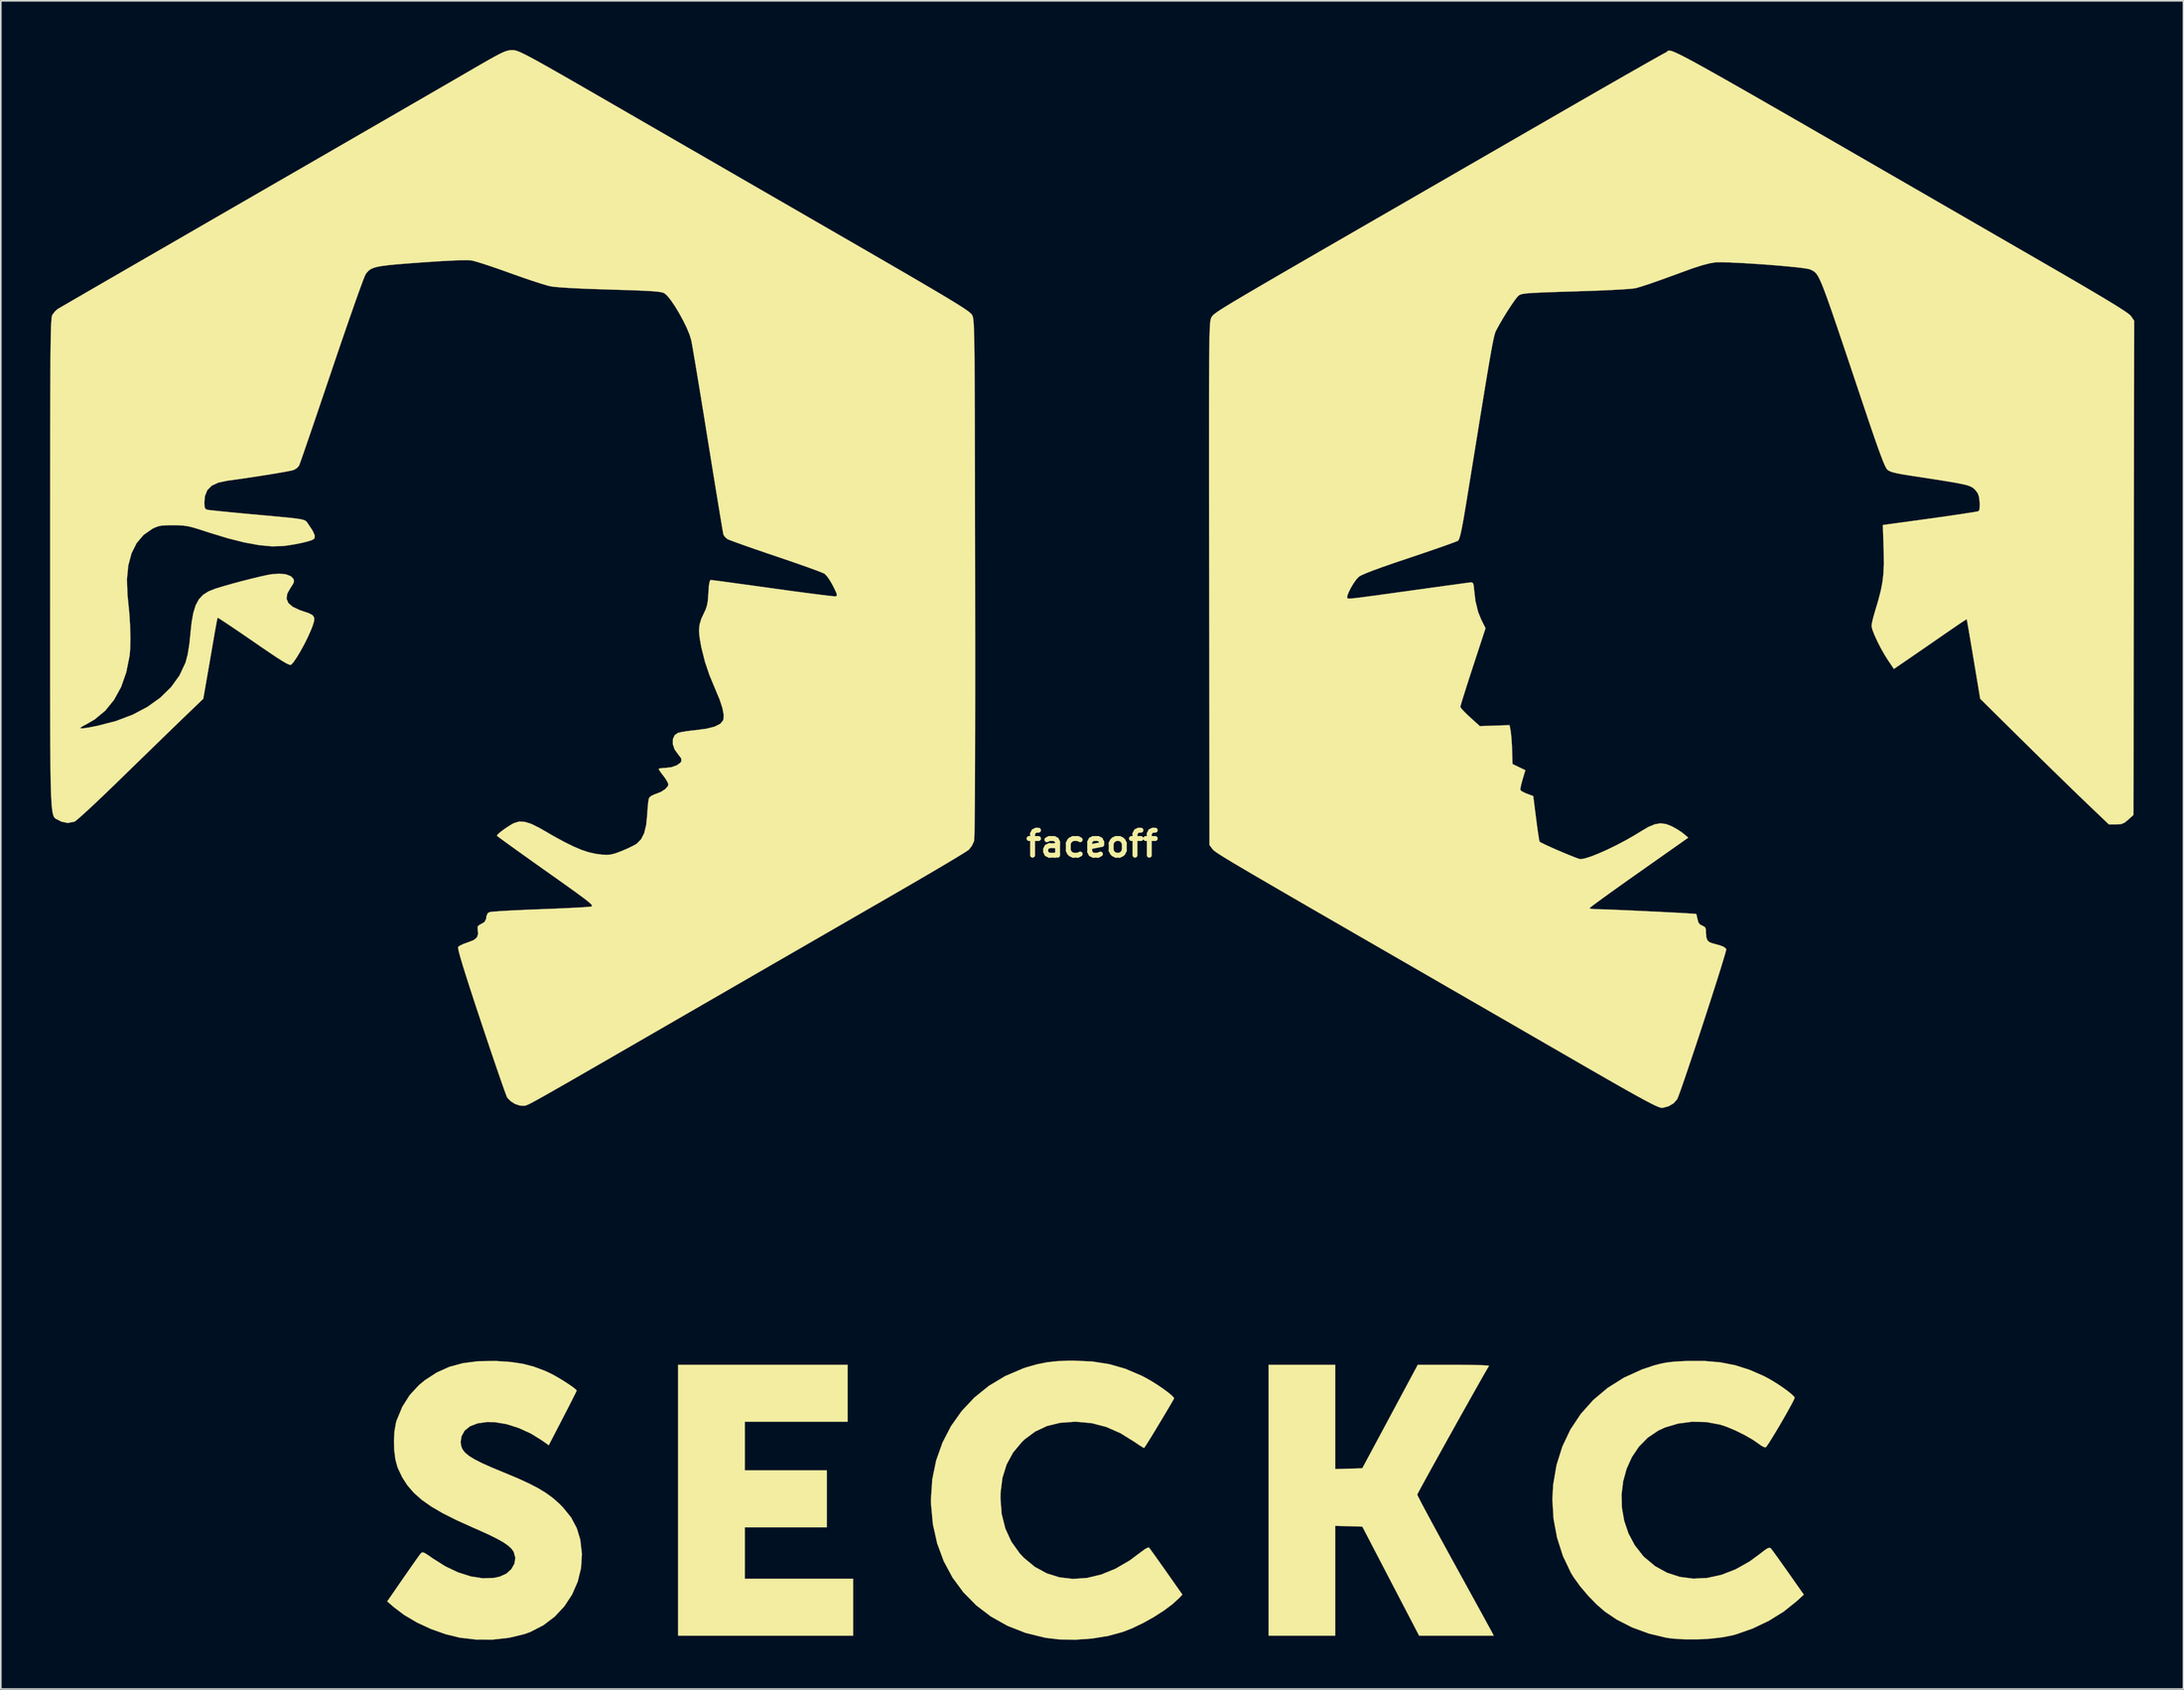
<source format=kicad_pcb>
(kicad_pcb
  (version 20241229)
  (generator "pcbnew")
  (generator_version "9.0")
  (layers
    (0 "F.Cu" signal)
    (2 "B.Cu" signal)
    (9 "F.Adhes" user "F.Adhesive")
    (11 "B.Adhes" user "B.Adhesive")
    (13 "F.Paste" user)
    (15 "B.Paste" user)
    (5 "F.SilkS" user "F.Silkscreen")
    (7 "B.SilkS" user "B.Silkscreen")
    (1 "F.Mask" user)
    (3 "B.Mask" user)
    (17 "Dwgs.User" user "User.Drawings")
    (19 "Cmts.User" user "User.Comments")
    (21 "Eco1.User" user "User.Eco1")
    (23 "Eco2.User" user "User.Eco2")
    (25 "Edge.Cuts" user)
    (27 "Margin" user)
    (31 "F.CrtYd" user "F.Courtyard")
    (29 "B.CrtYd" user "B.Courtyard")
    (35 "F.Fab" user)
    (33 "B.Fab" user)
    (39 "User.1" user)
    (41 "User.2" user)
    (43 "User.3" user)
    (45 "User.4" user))
  (footprint "faceoff"
    (layer "F.Cu")
    (at 63.506 48.388)
    (property "Reference" "faceoff" (at 0 0 0) (layer "F.SilkS") (effects (font (size 1.524 1.524) (thickness 0.3))))
    (attr through_hole)
    (fp_poly (pts (xy -14.901 35.221) (xy -21.167 35.221) (xy -21.167 38.185) (xy -16.171 38.185) (xy -16.171 41.656) (xy -21.167 41.656) (xy -21.167 44.789) (xy -14.563 44.789) (xy -14.563 48.26) (xy -25.231 48.26) (xy -25.231 31.75) (xy -14.901 31.75) (xy -14.901 35.221)) (stroke (width 0.01) (type solid)) (fill yes) (layer "F.SilkS"))
    (fp_poly (pts (xy 14.817 38.106) (xy 15.64 38.082) (xy 16.464 38.058) (xy 18.155 34.904) (xy 19.846 31.75) (xy 22.035 31.75) (xy 22.622 31.752) (xy 23.146 31.759) (xy 23.586 31.769) (xy 23.92 31.782) (xy 24.127 31.798) (xy 24.186 31.814) (xy 24.065 32.02) (xy 23.879 32.341) (xy 23.64 32.761) (xy 23.356 33.263) (xy 23.037 33.831) (xy 22.691 34.447) (xy 22.328 35.095) (xy 21.958 35.758) (xy 21.589 36.42) (xy 21.232 37.064) (xy 20.894 37.673) (xy 20.586 38.23) (xy 20.317 38.72) (xy 20.096 39.124) (xy 19.932 39.427) (xy 19.835 39.612) (xy 19.812 39.663) (xy 19.852 39.754) (xy 19.966 39.98) (xy 20.147 40.326) (xy 20.388 40.778) (xy 20.681 41.323) (xy 21.019 41.946) (xy 21.394 42.634) (xy 21.798 43.372) (xy 22.022 43.779) (xy 22.443 44.545) (xy 22.842 45.27) (xy 23.211 45.943) (xy 23.543 46.546) (xy 23.829 47.067) (xy 24.06 47.491) (xy 24.231 47.802) (xy 24.331 47.987) (xy 24.352 48.027) (xy 24.473 48.26) (xy 19.928 48.26) (xy 18.197 44.937) (xy 16.467 41.614) (xy 14.817 41.565) (xy 14.817 48.26) (xy 10.753 48.26) (xy 10.753 31.75) (xy 14.817 31.75) (xy 14.817 38.106)) (stroke (width 0.01) (type solid)) (fill yes) (layer "F.SilkS"))
    (fp_poly (pts (xy 0.005 31.548) (xy 1.046 31.711) (xy 2.031 31.995) (xy 2.999 32.409) (xy 3.272 32.549) (xy 3.615 32.744) (xy 3.975 32.97) (xy 4.32 33.205) (xy 4.622 33.428) (xy 4.852 33.617) (xy 4.979 33.752) (xy 4.995 33.791) (xy 4.954 33.874) (xy 4.839 34.075) (xy 4.668 34.367) (xy 4.456 34.724) (xy 4.219 35.12) (xy 3.973 35.528) (xy 3.735 35.921) (xy 3.519 36.273) (xy 3.342 36.558) (xy 3.219 36.749) (xy 3.171 36.817) (xy 3.095 36.786) (xy 2.917 36.677) (xy 2.672 36.511) (xy 2.609 36.467) (xy 1.731 35.921) (xy 0.855 35.536) (xy -0.039 35.305) (xy -0.97 35.222) (xy -1.054 35.221) (xy -1.953 35.286) (xy -2.753 35.482) (xy -3.468 35.816) (xy -4.11 36.292) (xy -4.284 36.457) (xy -4.82 37.101) (xy -5.213 37.826) (xy -5.466 38.639) (xy -5.58 39.546) (xy -5.588 39.878) (xy -5.514 40.843) (xy -5.291 41.729) (xy -4.922 42.533) (xy -4.408 43.252) (xy -4.156 43.52) (xy -3.49 44.068) (xy -2.763 44.463) (xy -1.984 44.707) (xy -1.165 44.801) (xy -0.317 44.743) (xy 0.549 44.536) (xy 1.422 44.18) (xy 2.291 43.675) (xy 2.989 43.153) (xy 3.221 42.983) (xy 3.394 42.893) (xy 3.468 42.893) (xy 3.537 42.983) (xy 3.687 43.189) (xy 3.902 43.489) (xy 4.167 43.862) (xy 4.465 44.284) (xy 4.52 44.362) (xy 5.499 45.756) (xy 5.311 45.958) (xy 4.901 46.335) (xy 4.369 46.733) (xy 3.752 47.128) (xy 3.092 47.496) (xy 2.428 47.813) (xy 1.858 48.035) (xy 0.97 48.276) (xy -0.01 48.435) (xy -1.025 48.507) (xy -2.014 48.489) (xy -2.859 48.387) (xy -4.057 48.091) (xy -5.162 47.657) (xy -6.166 47.094) (xy -7.063 46.411) (xy -7.846 45.615) (xy -8.508 44.715) (xy -9.043 43.718) (xy -9.444 42.633) (xy -9.704 41.467) (xy -9.817 40.23) (xy -9.821 39.925) (xy -9.741 38.728) (xy -9.505 37.582) (xy -9.123 36.5) (xy -8.602 35.492) (xy -7.95 34.571) (xy -7.177 33.747) (xy -6.289 33.031) (xy -5.296 32.436) (xy -4.206 31.971) (xy -3.951 31.887) (xy -3.339 31.715) (xy -2.756 31.598) (xy -2.144 31.529) (xy -1.446 31.499) (xy -1.133 31.497) (xy 0.005 31.548)) (stroke (width 0.01) (type solid)) (fill yes) (layer "F.SilkS"))
    (fp_poly (pts (xy 38.298 31.602) (xy 39.201 31.78) (xy 40.077 32.061) (xy 40.936 32.436) (xy 41.283 32.621) (xy 41.657 32.845) (xy 42.025 33.088) (xy 42.357 33.326) (xy 42.621 33.537) (xy 42.783 33.698) (xy 42.814 33.749) (xy 42.783 33.843) (xy 42.678 34.055) (xy 42.516 34.356) (xy 42.312 34.722) (xy 42.082 35.124) (xy 41.842 35.536) (xy 41.606 35.93) (xy 41.391 36.281) (xy 41.213 36.561) (xy 41.086 36.743) (xy 41.057 36.778) (xy 40.958 36.773) (xy 40.78 36.678) (xy 40.653 36.587) (xy 40.249 36.308) (xy 39.741 36.018) (xy 39.188 35.745) (xy 38.65 35.521) (xy 38.271 35.396) (xy 37.432 35.241) (xy 36.566 35.22) (xy 35.713 35.331) (xy 34.916 35.568) (xy 34.504 35.758) (xy 33.861 36.19) (xy 33.324 36.736) (xy 32.893 37.376) (xy 32.571 38.088) (xy 32.361 38.854) (xy 32.265 39.651) (xy 32.285 40.459) (xy 32.424 41.258) (xy 32.683 42.027) (xy 33.065 42.745) (xy 33.572 43.393) (xy 33.653 43.477) (xy 34.311 44.026) (xy 35.037 44.426) (xy 35.817 44.679) (xy 36.638 44.784) (xy 37.487 44.742) (xy 38.35 44.553) (xy 39.214 44.218) (xy 40.066 43.737) (xy 40.673 43.293) (xy 40.962 43.068) (xy 41.152 42.941) (xy 41.272 42.9) (xy 41.35 42.929) (xy 41.361 42.939) (xy 41.441 43.042) (xy 41.602 43.26) (xy 41.825 43.569) (xy 42.095 43.948) (xy 42.394 44.371) (xy 42.419 44.406) (xy 43.369 45.759) (xy 42.926 46.166) (xy 42.141 46.794) (xy 41.236 47.355) (xy 40.255 47.824) (xy 39.244 48.179) (xy 39.055 48.231) (xy 38.423 48.357) (xy 37.683 48.443) (xy 36.892 48.487) (xy 36.107 48.487) (xy 35.384 48.439) (xy 34.983 48.384) (xy 33.928 48.131) (xy 32.91 47.757) (xy 31.969 47.278) (xy 31.255 46.797) (xy 30.755 46.364) (xy 30.239 45.836) (xy 29.755 45.265) (xy 29.347 44.702) (xy 29.18 44.43) (xy 28.691 43.402) (xy 28.335 42.292) (xy 28.119 41.132) (xy 28.048 39.952) (xy 28.096 39.066) (xy 28.301 37.863) (xy 28.654 36.737) (xy 29.149 35.695) (xy 29.779 34.747) (xy 30.537 33.898) (xy 31.417 33.158) (xy 32.413 32.532) (xy 33.519 32.03) (xy 34.248 31.786) (xy 34.622 31.687) (xy 34.984 31.616) (xy 35.385 31.567) (xy 35.873 31.534) (xy 36.249 31.518) (xy 37.328 31.517) (xy 38.298 31.602)) (stroke (width 0.01) (type solid)) (fill yes) (layer "F.SilkS"))
    (fp_poly (pts (xy -36.28 31.521) (xy -35.441 31.577) (xy -34.716 31.685) (xy -34.05 31.855) (xy -33.391 32.1) (xy -33.121 32.22) (xy -32.843 32.361) (xy -32.522 32.542) (xy -32.19 32.744) (xy -31.881 32.945) (xy -31.626 33.124) (xy -31.46 33.258) (xy -31.411 33.322) (xy -31.449 33.406) (xy -31.553 33.617) (xy -31.713 33.935) (xy -31.917 34.336) (xy -32.155 34.798) (xy -32.263 35.007) (xy -33.115 36.653) (xy -33.518 36.364) (xy -34.198 35.942) (xy -34.932 35.606) (xy -35.677 35.369) (xy -36.393 35.247) (xy -36.865 35.236) (xy -37.453 35.32) (xy -37.915 35.498) (xy -38.244 35.765) (xy -38.434 36.116) (xy -38.481 36.45) (xy -38.457 36.684) (xy -38.374 36.898) (xy -38.219 37.101) (xy -37.976 37.304) (xy -37.63 37.517) (xy -37.168 37.751) (xy -36.573 38.016) (xy -35.841 38.319) (xy -35.018 38.663) (xy -34.334 38.975) (xy -33.763 39.271) (xy -33.28 39.566) (xy -32.861 39.873) (xy -32.48 40.209) (xy -32.247 40.444) (xy -31.75 41.059) (xy -31.403 41.715) (xy -31.195 42.407) (xy -31.092 43.282) (xy -31.148 44.143) (xy -31.352 44.973) (xy -31.694 45.754) (xy -32.163 46.468) (xy -32.748 47.097) (xy -33.44 47.623) (xy -34.227 48.029) (xy -34.603 48.166) (xy -35.527 48.388) (xy -36.529 48.499) (xy -37.557 48.497) (xy -38.534 48.382) (xy -39.403 48.17) (xy -40.287 47.856) (xy -41.14 47.46) (xy -41.915 47.005) (xy -42.539 46.534) (xy -42.957 46.171) (xy -41.998 44.781) (xy -41.696 44.347) (xy -41.421 43.953) (xy -41.19 43.625) (xy -41.018 43.385) (xy -40.923 43.258) (xy -40.918 43.251) (xy -40.849 43.193) (xy -40.76 43.189) (xy -40.622 43.252) (xy -40.402 43.397) (xy -40.188 43.548) (xy -39.415 44.036) (xy -38.635 44.405) (xy -37.868 44.649) (xy -37.134 44.763) (xy -36.455 44.74) (xy -36.09 44.66) (xy -35.691 44.475) (xy -35.391 44.203) (xy -35.205 43.873) (xy -35.15 43.517) (xy -35.244 43.164) (xy -35.254 43.144) (xy -35.385 42.958) (xy -35.587 42.771) (xy -35.875 42.571) (xy -36.267 42.35) (xy -36.779 42.097) (xy -37.427 41.804) (xy -37.747 41.665) (xy -38.735 41.219) (xy -39.573 40.797) (xy -40.276 40.387) (xy -40.86 39.975) (xy -41.338 39.549) (xy -41.727 39.098) (xy -42.042 38.61) (xy -42.298 38.071) (xy -42.337 37.973) (xy -42.458 37.522) (xy -42.529 36.969) (xy -42.548 36.372) (xy -42.514 35.791) (xy -42.426 35.285) (xy -42.383 35.137) (xy -42.036 34.307) (xy -41.59 33.6) (xy -41.028 32.992) (xy -40.649 32.679) (xy -39.938 32.219) (xy -39.18 31.878) (xy -38.351 31.652) (xy -37.431 31.533) (xy -36.395 31.517) (xy -36.28 31.521)) (stroke (width 0.01) (type solid)) (fill yes) (layer "F.SilkS"))
    (fp_poly (pts (xy 35.206 -48.352) (xy 35.282 -48.336) (xy 35.381 -48.304) (xy 35.51 -48.251) (xy 35.674 -48.177) (xy 35.877 -48.079) (xy 36.124 -47.952) (xy 36.42 -47.796) (xy 36.771 -47.607) (xy 37.18 -47.381) (xy 37.653 -47.118) (xy 38.196 -46.813) (xy 38.812 -46.464) (xy 39.507 -46.069) (xy 40.286 -45.624) (xy 41.153 -45.126) (xy 42.114 -44.574) (xy 43.174 -43.965) (xy 44.337 -43.294) (xy 45.609 -42.561) (xy 46.993 -41.762) (xy 48.496 -40.894) (xy 50.123 -39.955) (xy 51.877 -38.941) (xy 53.765 -37.851) (xy 55.79 -36.681) (xy 57.446 -35.724) (xy 58.553 -35.084) (xy 59.521 -34.522) (xy 60.357 -34.034) (xy 61.07 -33.614) (xy 61.669 -33.258) (xy 62.161 -32.961) (xy 62.554 -32.717) (xy 62.856 -32.522) (xy 63.077 -32.371) (xy 63.223 -32.259) (xy 63.303 -32.181) (xy 63.31 -32.17) (xy 63.501 -31.892) (xy 63.48 -16.829) (xy 63.458 -1.765) (xy 63.141 -1.475) (xy 62.916 -1.293) (xy 62.71 -1.208) (xy 62.434 -1.185) (xy 62.395 -1.185) (xy 61.965 -1.185) (xy 60.552 -2.534) (xy 60.165 -2.907) (xy 59.68 -3.376) (xy 59.124 -3.918) (xy 58.518 -4.509) (xy 57.887 -5.127) (xy 57.255 -5.749) (xy 56.646 -6.351) (xy 56.63 -6.365) (xy 54.121 -8.848) (xy 53.718 -11.261) (xy 53.615 -11.877) (xy 53.52 -12.437) (xy 53.438 -12.919) (xy 53.372 -13.303) (xy 53.325 -13.566) (xy 53.302 -13.688) (xy 53.3 -13.694) (xy 53.229 -13.656) (xy 53.044 -13.537) (xy 52.77 -13.354) (xy 52.432 -13.123) (xy 52.275 -13.015) (xy 51.831 -12.708) (xy 51.305 -12.344) (xy 50.751 -11.962) (xy 50.228 -11.602) (xy 50.064 -11.489) (xy 48.861 -10.664) (xy 48.516 -11.174) (xy 48.288 -11.535) (xy 48.06 -11.939) (xy 47.85 -12.352) (xy 47.675 -12.735) (xy 47.552 -13.053) (xy 47.5 -13.268) (xy 47.499 -13.288) (xy 47.525 -13.471) (xy 47.591 -13.758) (xy 47.684 -14.093) (xy 47.703 -14.156) (xy 47.911 -14.854) (xy 48.063 -15.444) (xy 48.165 -15.975) (xy 48.225 -16.495) (xy 48.248 -17.055) (xy 48.243 -17.702) (xy 48.236 -17.952) (xy 48.187 -19.437) (xy 51.063 -19.833) (xy 51.744 -19.928) (xy 52.372 -20.018) (xy 52.929 -20.1) (xy 53.392 -20.172) (xy 53.744 -20.228) (xy 53.964 -20.268) (xy 54.03 -20.286) (xy 54.078 -20.402) (xy 54.093 -20.651) (xy 54.085 -20.843) (xy 54.047 -21.158) (xy 53.973 -21.372) (xy 53.836 -21.555) (xy 53.79 -21.602) (xy 53.712 -21.674) (xy 53.622 -21.738) (xy 53.505 -21.796) (xy 53.345 -21.852) (xy 53.125 -21.909) (xy 52.829 -21.971) (xy 52.442 -22.042) (xy 51.947 -22.124) (xy 51.328 -22.222) (xy 50.57 -22.339) (xy 49.924 -22.437) (xy 49.397 -22.522) (xy 49.012 -22.596) (xy 48.743 -22.666) (xy 48.564 -22.739) (xy 48.464 -22.808) (xy 48.402 -22.888) (xy 48.321 -23.044) (xy 48.216 -23.285) (xy 48.084 -23.622) (xy 47.92 -24.068) (xy 47.72 -24.633) (xy 47.48 -25.329) (xy 47.196 -26.167) (xy 46.956 -26.882) (xy 46.522 -28.177) (xy 46.139 -29.321) (xy 45.802 -30.325) (xy 45.508 -31.196) (xy 45.253 -31.946) (xy 45.033 -32.585) (xy 44.844 -33.12) (xy 44.683 -33.563) (xy 44.546 -33.923) (xy 44.429 -34.209) (xy 44.327 -34.432) (xy 44.238 -34.601) (xy 44.158 -34.725) (xy 44.083 -34.815) (xy 44.008 -34.879) (xy 43.931 -34.929) (xy 43.847 -34.972) (xy 43.766 -35.013) (xy 43.617 -35.052) (xy 43.323 -35.098) (xy 42.911 -35.147) (xy 42.406 -35.198) (xy 41.834 -35.249) (xy 41.221 -35.299) (xy 40.59 -35.344) (xy 39.969 -35.384) (xy 39.383 -35.417) (xy 38.856 -35.44) (xy 38.415 -35.452) (xy 38.085 -35.451) (xy 37.964 -35.444) (xy 37.628 -35.387) (xy 37.176 -35.269) (xy 36.644 -35.099) (xy 36.313 -34.981) (xy 35.482 -34.677) (xy 34.795 -34.428) (xy 34.238 -34.23) (xy 33.796 -34.079) (xy 33.455 -33.969) (xy 33.201 -33.895) (xy 33.105 -33.87) (xy 32.926 -33.845) (xy 32.602 -33.818) (xy 32.158 -33.789) (xy 31.617 -33.76) (xy 31.003 -33.732) (xy 30.342 -33.707) (xy 30.057 -33.698) (xy 29.152 -33.67) (xy 28.401 -33.646) (xy 27.788 -33.624) (xy 27.298 -33.605) (xy 26.916 -33.586) (xy 26.625 -33.567) (xy 26.411 -33.548) (xy 26.258 -33.525) (xy 26.15 -33.5) (xy 26.072 -33.471) (xy 26.009 -33.436) (xy 26.008 -33.436) (xy 25.896 -33.322) (xy 25.722 -33.092) (xy 25.504 -32.776) (xy 25.264 -32.405) (xy 25.022 -32.01) (xy 24.797 -31.623) (xy 24.609 -31.274) (xy 24.608 -31.271) (xy 24.572 -31.187) (xy 24.533 -31.063) (xy 24.489 -30.889) (xy 24.437 -30.651) (xy 24.375 -30.338) (xy 24.302 -29.937) (xy 24.214 -29.436) (xy 24.109 -28.822) (xy 23.986 -28.085) (xy 23.843 -27.21) (xy 23.676 -26.187) (xy 23.582 -25.612) (xy 23.455 -24.826) (xy 23.311 -23.937) (xy 23.16 -23.007) (xy 23.012 -22.095) (xy 22.876 -21.262) (xy 22.82 -20.913) (xy 22.698 -20.18) (xy 22.597 -19.599) (xy 22.512 -19.157) (xy 22.441 -18.838) (xy 22.38 -18.628) (xy 22.326 -18.511) (xy 22.3 -18.482) (xy 22.189 -18.432) (xy 21.936 -18.336) (xy 21.561 -18.2) (xy 21.084 -18.032) (xy 20.523 -17.839) (xy 19.898 -17.626) (xy 19.331 -17.436) (xy 18.432 -17.133) (xy 17.691 -16.875) (xy 17.106 -16.662) (xy 16.671 -16.491) (xy 16.384 -16.361) (xy 16.248 -16.279) (xy 16.092 -16.109) (xy 15.921 -15.866) (xy 15.759 -15.592) (xy 15.628 -15.327) (xy 15.549 -15.113) (xy 15.546 -14.991) (xy 15.551 -14.985) (xy 15.569 -14.969) (xy 15.596 -14.957) (xy 15.645 -14.951) (xy 15.73 -14.953) (xy 15.865 -14.964) (xy 16.064 -14.985) (xy 16.341 -15.019) (xy 16.709 -15.067) (xy 17.183 -15.131) (xy 17.777 -15.212) (xy 18.503 -15.313) (xy 19.377 -15.434) (xy 19.854 -15.5) (xy 20.559 -15.598) (xy 21.216 -15.688) (xy 21.804 -15.769) (xy 22.304 -15.838) (xy 22.695 -15.891) (xy 22.959 -15.927) (xy 23.072 -15.941) (xy 23.184 -15.925) (xy 23.241 -15.816) (xy 23.264 -15.621) (xy 23.357 -14.816) (xy 23.522 -14.141) (xy 23.707 -13.685) (xy 23.974 -13.144) (xy 23.205 -10.796) (xy 23.009 -10.195) (xy 22.832 -9.643) (xy 22.68 -9.164) (xy 22.559 -8.776) (xy 22.477 -8.502) (xy 22.439 -8.363) (xy 22.437 -8.352) (xy 22.497 -8.256) (xy 22.657 -8.08) (xy 22.888 -7.852) (xy 23.034 -7.717) (xy 23.63 -7.178) (xy 24.534 -7.209) (xy 25.439 -7.239) (xy 25.503 -6.9) (xy 25.534 -6.666) (xy 25.563 -6.32) (xy 25.586 -5.92) (xy 25.594 -5.715) (xy 25.62 -4.868) (xy 26.011 -4.68) (xy 26.401 -4.491) (xy 26.234 -3.934) (xy 26.154 -3.641) (xy 26.104 -3.408) (xy 26.097 -3.286) (xy 26.188 -3.205) (xy 26.386 -3.104) (xy 26.504 -3.056) (xy 26.882 -2.917) (xy 27.056 -1.545) (xy 27.117 -1.083) (xy 27.173 -0.682) (xy 27.22 -0.372) (xy 27.255 -0.182) (xy 27.268 -0.136) (xy 27.38 -0.068) (xy 27.614 0.047) (xy 27.935 0.194) (xy 28.309 0.359) (xy 28.701 0.527) (xy 29.077 0.683) (xy 29.402 0.813) (xy 29.641 0.9) (xy 29.759 0.931) (xy 30.02 0.889) (xy 30.398 0.769) (xy 30.865 0.586) (xy 31.393 0.351) (xy 31.955 0.077) (xy 32.524 -0.223) (xy 33.072 -0.537) (xy 33.413 -0.747) (xy 33.893 -1.03) (xy 34.291 -1.197) (xy 34.64 -1.255) (xy 34.977 -1.21) (xy 35.325 -1.073) (xy 35.631 -0.904) (xy 35.922 -0.716) (xy 36.05 -0.617) (xy 36.329 -0.381) (xy 33.323 1.736) (xy 32.692 2.181) (xy 32.106 2.598) (xy 31.579 2.975) (xy 31.125 3.303) (xy 30.758 3.571) (xy 30.493 3.769) (xy 30.343 3.887) (xy 30.314 3.916) (xy 30.388 3.951) (xy 30.583 3.974) (xy 30.755 3.979) (xy 30.962 3.983) (xy 31.296 3.994) (xy 31.734 4.011) (xy 32.253 4.033) (xy 32.83 4.058) (xy 33.442 4.087) (xy 34.066 4.116) (xy 34.678 4.146) (xy 35.255 4.176) (xy 35.775 4.203) (xy 36.213 4.228) (xy 36.547 4.248) (xy 36.754 4.264) (xy 36.812 4.271) (xy 36.844 4.364) (xy 36.88 4.535) (xy 36.94 4.773) (xy 37.035 4.906) (xy 37.212 4.996) (xy 37.219 4.998) (xy 37.352 5.078) (xy 37.405 5.217) (xy 37.408 5.412) (xy 37.425 5.662) (xy 37.484 5.852) (xy 37.501 5.877) (xy 37.57 5.95) (xy 37.658 6.005) (xy 37.807 6.06) (xy 38.058 6.129) (xy 38.243 6.178) (xy 38.488 6.272) (xy 38.632 6.39) (xy 38.645 6.417) (xy 38.626 6.518) (xy 38.559 6.761) (xy 38.449 7.129) (xy 38.303 7.605) (xy 38.126 8.169) (xy 37.923 8.806) (xy 37.701 9.496) (xy 37.466 10.223) (xy 37.223 10.968) (xy 36.978 11.714) (xy 36.736 12.443) (xy 36.505 13.137) (xy 36.289 13.778) (xy 36.094 14.35) (xy 35.927 14.833) (xy 35.792 15.21) (xy 35.696 15.464) (xy 35.652 15.564) (xy 35.444 15.803) (xy 35.135 15.988) (xy 34.795 16.082) (xy 34.71 16.086) (xy 34.621 16.071) (xy 34.481 16.021) (xy 34.281 15.932) (xy 34.011 15.798) (xy 33.66 15.613) (xy 33.22 15.373) (xy 32.68 15.072) (xy 32.03 14.704) (xy 31.261 14.264) (xy 30.362 13.748) (xy 29.673 13.35) (xy 28.724 12.802) (xy 27.658 12.187) (xy 26.506 11.522) (xy 25.299 10.824) (xy 24.065 10.112) (xy 22.837 9.403) (xy 21.642 8.714) (xy 20.513 8.062) (xy 19.6 7.536) (xy 18.038 6.634) (xy 16.616 5.813) (xy 15.327 5.069) (xy 14.164 4.397) (xy 13.122 3.795) (xy 12.193 3.257) (xy 11.371 2.78) (xy 10.649 2.36) (xy 10.02 1.994) (xy 9.478 1.676) (xy 9.016 1.404) (xy 8.627 1.173) (xy 8.305 0.979) (xy 8.043 0.819) (xy 7.834 0.689) (xy 7.672 0.584) (xy 7.55 0.5) (xy 7.461 0.435) (xy 7.399 0.383) (xy 7.357 0.341) (xy 7.332 0.311) (xy 7.154 0.072) (xy 7.133 -15.86) (xy 7.13 -17.79) (xy 7.128 -19.558) (xy 7.126 -21.171) (xy 7.124 -22.637) (xy 7.124 -23.962) (xy 7.123 -25.154) (xy 7.124 -26.221) (xy 7.125 -27.168) (xy 7.127 -28.005) (xy 7.13 -28.737) (xy 7.133 -29.373) (xy 7.138 -29.919) (xy 7.144 -30.383) (xy 7.15 -30.772) (xy 7.158 -31.093) (xy 7.167 -31.353) (xy 7.178 -31.56) (xy 7.189 -31.721) (xy 7.202 -31.844) (xy 7.217 -31.934) (xy 7.233 -32.001) (xy 7.25 -32.051) (xy 7.269 -32.089) (xy 7.292 -32.131) (xy 7.323 -32.174) (xy 7.367 -32.223) (xy 7.43 -32.281) (xy 7.522 -32.352) (xy 7.647 -32.441) (xy 7.813 -32.551) (xy 8.027 -32.688) (xy 8.296 -32.854) (xy 8.627 -33.054) (xy 9.027 -33.292) (xy 9.502 -33.573) (xy 10.059 -33.9) (xy 10.706 -34.277) (xy 11.449 -34.709) (xy 12.296 -35.2) (xy 13.252 -35.754) (xy 14.326 -36.374) (xy 15.524 -37.066) (xy 16.852 -37.833) (xy 18.318 -38.679) (xy 18.762 -38.935) (xy 19.153 -39.161) (xy 19.675 -39.462) (xy 20.315 -39.832) (xy 21.058 -40.26) (xy 21.888 -40.739) (xy 22.792 -41.261) (xy 23.754 -41.816) (xy 24.76 -42.397) (xy 25.795 -42.994) (xy 26.844 -43.6) (xy 27.768 -44.133) (xy 28.767 -44.709) (xy 29.729 -45.263) (xy 30.642 -45.788) (xy 31.497 -46.279) (xy 32.283 -46.729) (xy 32.988 -47.131) (xy 33.603 -47.481) (xy 34.116 -47.772) (xy 34.517 -47.997) (xy 34.795 -48.152) (xy 34.939 -48.228) (xy 34.952 -48.234) (xy 34.994 -48.257) (xy 35.025 -48.282) (xy 35.052 -48.307) (xy 35.079 -48.33) (xy 35.11 -48.346) (xy 35.151 -48.355) (xy 35.206 -48.352)) (stroke (width 0.01) (type solid)) (fill yes) (layer "F.SilkS"))
    (fp_poly (pts (xy -35.27 -48.381) (xy -35.186 -48.37) (xy -35.086 -48.345) (xy -34.96 -48.301) (xy -34.799 -48.232) (xy -34.594 -48.133) (xy -34.334 -48) (xy -34.01 -47.826) (xy -33.613 -47.607) (xy -33.133 -47.338) (xy -32.56 -47.013) (xy -31.885 -46.627) (xy -31.098 -46.174) (xy -30.19 -45.651) (xy -29.151 -45.051) (xy -28.448 -44.645) (xy -27.345 -44.008) (xy -26.121 -43.301) (xy -24.803 -42.539) (xy -23.416 -41.739) (xy -21.988 -40.913) (xy -20.543 -40.079) (xy -19.108 -39.25) (xy -17.709 -38.442) (xy -16.373 -37.67) (xy -15.125 -36.949) (xy -14.733 -36.723) (xy -13.519 -36.021) (xy -12.443 -35.398) (xy -11.497 -34.849) (xy -10.674 -34.369) (xy -9.965 -33.953) (xy -9.361 -33.597) (xy -8.854 -33.294) (xy -8.437 -33.041) (xy -8.1 -32.831) (xy -7.835 -32.661) (xy -7.635 -32.525) (xy -7.491 -32.417) (xy -7.394 -32.334) (xy -7.337 -32.27) (xy -7.325 -32.252) (xy -7.304 -32.214) (xy -7.285 -32.172) (xy -7.268 -32.116) (xy -7.252 -32.039) (xy -7.238 -31.935) (xy -7.225 -31.797) (xy -7.213 -31.615) (xy -7.203 -31.385) (xy -7.193 -31.097) (xy -7.185 -30.746) (xy -7.178 -30.323) (xy -7.172 -29.821) (xy -7.166 -29.233) (xy -7.161 -28.552) (xy -7.157 -27.771) (xy -7.153 -26.881) (xy -7.15 -25.876) (xy -7.147 -24.748) (xy -7.144 -23.491) (xy -7.141 -22.096) (xy -7.139 -20.557) (xy -7.136 -18.866) (xy -7.133 -17.016) (xy -7.132 -16.226) (xy -7.13 -14.08) (xy -7.128 -12.08) (xy -7.128 -10.229) (xy -7.129 -8.528) (xy -7.131 -6.98) (xy -7.134 -5.585) (xy -7.138 -4.345) (xy -7.143 -3.263) (xy -7.149 -2.34) (xy -7.157 -1.578) (xy -7.165 -0.978) (xy -7.174 -0.543) (xy -7.185 -0.274) (xy -7.194 -0.178) (xy -7.318 0.099) (xy -7.501 0.342) (xy -7.513 0.353) (xy -7.628 0.434) (xy -7.876 0.592) (xy -8.244 0.817) (xy -8.716 1.101) (xy -9.28 1.436) (xy -9.921 1.813) (xy -10.626 2.225) (xy -11.38 2.663) (xy -11.98 3.01) (xy -12.686 3.418) (xy -13.521 3.899) (xy -14.464 4.443) (xy -15.499 5.04) (xy -16.605 5.679) (xy -17.766 6.349) (xy -18.962 7.039) (xy -20.174 7.739) (xy -21.384 8.438) (xy -22.573 9.125) (xy -23.707 9.779) (xy -25.162 10.62) (xy -26.479 11.381) (xy -27.663 12.065) (xy -28.722 12.676) (xy -29.663 13.219) (xy -30.494 13.698) (xy -31.221 14.117) (xy -31.853 14.48) (xy -32.395 14.79) (xy -32.855 15.053) (xy -33.241 15.273) (xy -33.56 15.452) (xy -33.819 15.596) (xy -34.024 15.709) (xy -34.184 15.794) (xy -34.306 15.856) (xy -34.396 15.899) (xy -34.463 15.926) (xy -34.512 15.943) (xy -34.552 15.953) (xy -34.589 15.96) (xy -34.592 15.96) (xy -34.876 15.947) (xy -35.179 15.846) (xy -35.426 15.688) (xy -35.621 15.493) (xy -35.655 15.442) (xy -35.707 15.317) (xy -35.806 15.047) (xy -35.948 14.647) (xy -36.127 14.134) (xy -36.338 13.522) (xy -36.574 12.828) (xy -36.831 12.067) (xy -37.103 11.254) (xy -37.254 10.802) (xy -37.609 9.729) (xy -37.909 8.811) (xy -38.156 8.042) (xy -38.351 7.419) (xy -38.495 6.936) (xy -38.59 6.589) (xy -38.637 6.373) (xy -38.638 6.283) (xy -38.521 6.195) (xy -38.292 6.088) (xy -38.035 5.998) (xy -37.691 5.865) (xy -37.494 5.706) (xy -37.42 5.491) (xy -37.445 5.199) (xy -37.442 5.025) (xy -37.319 4.921) (xy -37.266 4.899) (xy -37.03 4.763) (xy -36.928 4.562) (xy -36.916 4.422) (xy -36.839 4.231) (xy -36.724 4.159) (xy -36.596 4.139) (xy -36.32 4.115) (xy -35.918 4.088) (xy -35.409 4.06) (xy -34.816 4.031) (xy -34.16 4.002) (xy -33.655 3.983) (xy -32.963 3.956) (xy -32.317 3.929) (xy -31.738 3.901) (xy -31.248 3.875) (xy -30.868 3.852) (xy -30.621 3.832) (xy -30.537 3.821) (xy -30.488 3.801) (xy -30.473 3.767) (xy -30.505 3.708) (xy -30.594 3.617) (xy -30.75 3.484) (xy -30.986 3.302) (xy -31.311 3.061) (xy -31.738 2.752) (xy -32.276 2.368) (xy -32.937 1.899) (xy -33.265 1.667) (xy -33.893 1.222) (xy -34.477 0.806) (xy -35.004 0.43) (xy -35.459 0.103) (xy -35.827 -0.163) (xy -36.094 -0.359) (xy -36.245 -0.474) (xy -36.274 -0.5) (xy -36.23 -0.575) (xy -36.078 -0.711) (xy -35.854 -0.88) (xy -35.596 -1.056) (xy -35.339 -1.212) (xy -35.248 -1.26) (xy -34.936 -1.36) (xy -34.586 -1.348) (xy -34.174 -1.22) (xy -33.677 -0.972) (xy -33.566 -0.908) (xy -32.801 -0.465) (xy -32.151 -0.111) (xy -31.595 0.163) (xy -31.11 0.367) (xy -30.675 0.511) (xy -30.267 0.603) (xy -29.886 0.652) (xy -29.582 0.668) (xy -29.331 0.648) (xy -29.066 0.581) (xy -28.723 0.454) (xy -28.669 0.432) (xy -28.324 0.285) (xy -28.009 0.133) (xy -27.782 0.007) (xy -27.75 -0.015) (xy -27.489 -0.278) (xy -27.299 -0.652) (xy -27.176 -1.154) (xy -27.112 -1.799) (xy -27.111 -1.82) (xy -27.087 -2.196) (xy -27.055 -2.518) (xy -27.018 -2.743) (xy -26.997 -2.812) (xy -26.87 -2.927) (xy -26.652 -3.028) (xy -26.595 -3.045) (xy -26.284 -3.166) (xy -26.025 -3.331) (xy -25.861 -3.51) (xy -25.824 -3.626) (xy -25.875 -3.768) (xy -26.004 -3.982) (xy -26.12 -4.139) (xy -26.282 -4.352) (xy -26.39 -4.512) (xy -26.416 -4.568) (xy -26.34 -4.602) (xy -26.146 -4.625) (xy -26.008 -4.63) (xy -25.638 -4.676) (xy -25.318 -4.787) (xy -25.094 -4.945) (xy -25.026 -5.049) (xy -25.05 -5.225) (xy -25.226 -5.456) (xy -25.444 -5.758) (xy -25.553 -6.079) (xy -25.552 -6.38) (xy -25.441 -6.624) (xy -25.253 -6.761) (xy -25.069 -6.809) (xy -24.766 -6.862) (xy -24.393 -6.91) (xy -24.159 -6.934) (xy -23.495 -7.023) (xy -22.996 -7.152) (xy -22.659 -7.323) (xy -22.485 -7.536) (xy -22.47 -7.583) (xy -22.454 -7.88) (xy -22.53 -8.284) (xy -22.702 -8.804) (xy -22.973 -9.451) (xy -22.974 -9.454) (xy -23.326 -10.3) (xy -23.593 -11.097) (xy -23.801 -11.924) (xy -23.829 -12.055) (xy -23.924 -12.59) (xy -23.957 -13.014) (xy -23.923 -13.372) (xy -23.821 -13.713) (xy -23.691 -13.994) (xy -23.554 -14.285) (xy -23.468 -14.547) (xy -23.417 -14.844) (xy -23.388 -15.237) (xy -23.385 -15.303) (xy -23.357 -15.715) (xy -23.317 -15.969) (xy -23.263 -16.08) (xy -23.243 -16.087) (xy -23.139 -16.075) (xy -22.885 -16.043) (xy -22.499 -15.992) (xy -21.998 -15.924) (xy -21.4 -15.842) (xy -20.723 -15.749) (xy -19.983 -15.647) (xy -19.468 -15.575) (xy -18.695 -15.468) (xy -17.97 -15.37) (xy -17.311 -15.283) (xy -16.737 -15.209) (xy -16.264 -15.151) (xy -15.912 -15.11) (xy -15.698 -15.09) (xy -15.641 -15.088) (xy -15.569 -15.114) (xy -15.552 -15.181) (xy -15.597 -15.322) (xy -15.711 -15.567) (xy -15.786 -15.718) (xy -15.959 -16.027) (xy -16.138 -16.288) (xy -16.289 -16.452) (xy -16.308 -16.466) (xy -16.438 -16.527) (xy -16.709 -16.633) (xy -17.1 -16.778) (xy -17.591 -16.954) (xy -18.161 -17.153) (xy -18.79 -17.37) (xy -19.291 -17.54) (xy -19.949 -17.763) (xy -20.562 -17.973) (xy -21.11 -18.165) (xy -21.572 -18.33) (xy -21.929 -18.461) (xy -22.16 -18.551) (xy -22.24 -18.588) (xy -22.4 -18.736) (xy -22.47 -18.857) (xy -22.491 -18.965) (xy -22.536 -19.225) (xy -22.603 -19.624) (xy -22.691 -20.148) (xy -22.795 -20.782) (xy -22.915 -21.512) (xy -23.047 -22.324) (xy -23.19 -23.203) (xy -23.34 -24.135) (xy -23.408 -24.553) (xy -23.564 -25.52) (xy -23.715 -26.451) (xy -23.859 -27.332) (xy -23.993 -28.145) (xy -24.114 -28.876) (xy -24.22 -29.509) (xy -24.309 -30.027) (xy -24.376 -30.415) (xy -24.421 -30.657) (xy -24.431 -30.705) (xy -24.533 -31.042) (xy -24.702 -31.45) (xy -24.92 -31.896) (xy -25.167 -32.349) (xy -25.425 -32.775) (xy -25.675 -33.142) (xy -25.899 -33.418) (xy -26.077 -33.57) (xy -26.08 -33.572) (xy -26.179 -33.608) (xy -26.334 -33.64) (xy -26.562 -33.668) (xy -26.878 -33.693) (xy -27.298 -33.716) (xy -27.839 -33.739) (xy -28.516 -33.762) (xy -29.346 -33.787) (xy -29.401 -33.789) (xy -30.303 -33.817) (xy -31.102 -33.848) (xy -31.787 -33.882) (xy -32.343 -33.917) (xy -32.757 -33.952) (xy -33.016 -33.988) (xy -33.022 -33.989) (xy -33.261 -34.052) (xy -33.629 -34.163) (xy -34.093 -34.314) (xy -34.623 -34.493) (xy -35.188 -34.692) (xy -35.477 -34.796) (xy -36.039 -34.997) (xy -36.572 -35.181) (xy -37.049 -35.339) (xy -37.44 -35.462) (xy -37.717 -35.54) (xy -37.81 -35.56) (xy -38.061 -35.578) (xy -38.48 -35.575) (xy -39.067 -35.553) (xy -39.822 -35.512) (xy -40.746 -35.45) (xy -40.902 -35.439) (xy -41.699 -35.38) (xy -42.346 -35.328) (xy -42.86 -35.279) (xy -43.261 -35.229) (xy -43.565 -35.174) (xy -43.793 -35.11) (xy -43.962 -35.034) (xy -44.09 -34.941) (xy -44.196 -34.827) (xy -44.274 -34.722) (xy -44.33 -34.602) (xy -44.435 -34.335) (xy -44.584 -33.934) (xy -44.772 -33.414) (xy -44.994 -32.787) (xy -45.246 -32.067) (xy -45.522 -31.269) (xy -45.819 -30.405) (xy -46.13 -29.49) (xy -46.348 -28.844) (xy -46.666 -27.904) (xy -46.969 -27.009) (xy -47.253 -26.171) (xy -47.514 -25.405) (xy -47.748 -24.723) (xy -47.949 -24.138) (xy -48.112 -23.666) (xy -48.235 -23.317) (xy -48.311 -23.107) (xy -48.334 -23.048) (xy -48.477 -22.896) (xy -48.659 -22.791) (xy -48.807 -22.753) (xy -49.098 -22.696) (xy -49.504 -22.624) (xy -50 -22.54) (xy -50.561 -22.45) (xy -51.16 -22.358) (xy -51.771 -22.267) (xy -52.37 -22.182) (xy -52.705 -22.136) (xy -53.254 -22.02) (xy -53.657 -21.832) (xy -53.924 -21.561) (xy -54.068 -21.197) (xy -54.102 -20.834) (xy -54.092 -20.576) (xy -54.051 -20.439) (xy -53.958 -20.378) (xy -53.911 -20.365) (xy -53.78 -20.347) (xy -53.503 -20.316) (xy -53.104 -20.274) (xy -52.608 -20.225) (xy -52.038 -20.17) (xy -51.418 -20.112) (xy -51.35 -20.106) (xy -50.51 -20.029) (xy -49.822 -19.967) (xy -49.27 -19.915) (xy -48.837 -19.872) (xy -48.509 -19.833) (xy -48.267 -19.797) (xy -48.097 -19.759) (xy -47.982 -19.718) (xy -47.905 -19.669) (xy -47.85 -19.611) (xy -47.802 -19.54) (xy -47.744 -19.452) (xy -47.735 -19.439) (xy -47.498 -19.082) (xy -47.383 -18.822) (xy -47.385 -18.644) (xy -47.431 -18.579) (xy -47.575 -18.508) (xy -47.849 -18.424) (xy -48.214 -18.337) (xy -48.63 -18.255) (xy -49.06 -18.187) (xy -49.32 -18.155) (xy -49.985 -18.136) (xy -50.767 -18.21) (xy -51.67 -18.376) (xy -52.699 -18.636) (xy -53.862 -18.992) (xy -53.975 -19.03) (xy -54.457 -19.186) (xy -54.824 -19.295) (xy -55.122 -19.365) (xy -55.396 -19.404) (xy -55.689 -19.421) (xy -56.007 -19.425) (xy -56.415 -19.421) (xy -56.705 -19.401) (xy -56.925 -19.357) (xy -57.128 -19.279) (xy -57.277 -19.204) (xy -57.81 -18.83) (xy -58.231 -18.331) (xy -58.541 -17.71) (xy -58.738 -16.972) (xy -58.82 -16.12) (xy -58.785 -15.159) (xy -58.758 -14.901) (xy -58.678 -14.088) (xy -58.627 -13.298) (xy -58.607 -12.566) (xy -58.619 -11.931) (xy -58.659 -11.467) (xy -58.861 -10.459) (xy -59.177 -9.562) (xy -59.606 -8.781) (xy -60.141 -8.121) (xy -60.781 -7.59) (xy -61.244 -7.32) (xy -61.509 -7.18) (xy -61.645 -7.088) (xy -61.645 -7.042) (xy -61.501 -7.041) (xy -61.209 -7.084) (xy -60.761 -7.169) (xy -60.613 -7.198) (xy -59.492 -7.488) (xy -58.474 -7.875) (xy -57.569 -8.352) (xy -56.785 -8.914) (xy -56.132 -9.553) (xy -55.619 -10.263) (xy -55.256 -11.037) (xy -55.24 -11.083) (xy -55.116 -11.554) (xy -55.017 -12.171) (xy -54.958 -12.742) (xy -54.881 -13.485) (xy -54.775 -14.08) (xy -54.63 -14.548) (xy -54.435 -14.909) (xy -54.178 -15.183) (xy -53.848 -15.392) (xy -53.435 -15.556) (xy -53.425 -15.559) (xy -52.951 -15.703) (xy -52.405 -15.859) (xy -51.825 -16.015) (xy -51.253 -16.161) (xy -50.729 -16.288) (xy -50.293 -16.384) (xy -50.029 -16.432) (xy -49.538 -16.472) (xy -49.13 -16.431) (xy -48.83 -16.316) (xy -48.677 -16.159) (xy -48.637 -16.03) (xy -48.675 -15.885) (xy -48.807 -15.672) (xy -48.845 -15.619) (xy -49.046 -15.26) (xy -49.094 -14.95) (xy -48.985 -14.682) (xy -48.717 -14.45) (xy -48.285 -14.248) (xy -48.068 -14.175) (xy -47.723 -14.057) (xy -47.507 -13.941) (xy -47.408 -13.793) (xy -47.414 -13.579) (xy -47.512 -13.268) (xy -47.626 -12.984) (xy -47.806 -12.582) (xy -48.02 -12.155) (xy -48.248 -11.74) (xy -48.469 -11.372) (xy -48.663 -11.088) (xy -48.805 -10.926) (xy -48.862 -10.911) (xy -48.963 -10.938) (xy -49.122 -11.015) (xy -49.353 -11.15) (xy -49.669 -11.351) (xy -50.085 -11.628) (xy -50.615 -11.989) (xy -51.098 -12.321) (xy -51.632 -12.688) (xy -52.121 -13.021) (xy -52.546 -13.308) (xy -52.891 -13.538) (xy -53.14 -13.7) (xy -53.274 -13.781) (xy -53.293 -13.788) (xy -53.317 -13.698) (xy -53.362 -13.474) (xy -53.422 -13.147) (xy -53.492 -12.752) (xy -53.501 -12.7) (xy -53.583 -12.224) (xy -53.682 -11.645) (xy -53.789 -11.026) (xy -53.893 -10.429) (xy -53.925 -10.245) (xy -54.168 -8.848) (xy -55.356 -7.705) (xy -55.684 -7.389) (xy -56.111 -6.975) (xy -56.618 -6.483) (xy -57.183 -5.935) (xy -57.784 -5.349) (xy -58.402 -4.747) (xy -59.016 -4.149) (xy -59.167 -4.002) (xy -59.726 -3.459) (xy -60.255 -2.951) (xy -60.739 -2.492) (xy -61.166 -2.093) (xy -61.522 -1.767) (xy -61.793 -1.528) (xy -61.965 -1.388) (xy -62.015 -1.356) (xy -62.431 -1.275) (xy -62.824 -1.361) (xy -62.967 -1.436) (xy -63.033 -1.472) (xy -63.093 -1.499) (xy -63.148 -1.526) (xy -63.198 -1.561) (xy -63.243 -1.609) (xy -63.283 -1.679) (xy -63.319 -1.778) (xy -63.35 -1.913) (xy -63.378 -2.091) (xy -63.402 -2.321) (xy -63.423 -2.609) (xy -63.441 -2.963) (xy -63.456 -3.39) (xy -63.468 -3.897) (xy -63.478 -4.492) (xy -63.485 -5.182) (xy -63.491 -5.974) (xy -63.495 -6.877) (xy -63.498 -7.896) (xy -63.5 -9.04) (xy -63.501 -10.316) (xy -63.501 -11.732) (xy -63.501 -13.294) (xy -63.5 -15.009) (xy -63.5 -16.886) (xy -63.5 -17.064) (xy -63.5 -18.941) (xy -63.5 -20.656) (xy -63.499 -22.216) (xy -63.498 -23.629) (xy -63.497 -24.902) (xy -63.495 -26.042) (xy -63.492 -27.057) (xy -63.489 -27.955) (xy -63.485 -28.742) (xy -63.481 -29.426) (xy -63.475 -30.015) (xy -63.469 -30.515) (xy -63.461 -30.934) (xy -63.453 -31.28) (xy -63.444 -31.559) (xy -63.433 -31.779) (xy -63.421 -31.948) (xy -63.408 -32.073) (xy -63.394 -32.161) (xy -63.378 -32.22) (xy -63.363 -32.252) (xy -63.205 -32.458) (xy -63.046 -32.598) (xy -62.99 -32.631) (xy -62.874 -32.699) (xy -62.693 -32.805) (xy -62.443 -32.95) (xy -62.119 -33.139) (xy -61.715 -33.373) (xy -61.228 -33.655) (xy -60.653 -33.988) (xy -59.984 -34.375) (xy -59.218 -34.818) (xy -58.349 -35.32) (xy -57.374 -35.884) (xy -56.286 -36.512) (xy -55.082 -37.208) (xy -53.756 -37.974) (xy -52.305 -38.812) (xy -50.723 -39.726) (xy -49.005 -40.718) (xy -47.148 -41.79) (xy -46.355 -42.248) (xy -45.346 -42.831) (xy -44.334 -43.416) (xy -43.335 -43.993) (xy -42.364 -44.554) (xy -41.439 -45.09) (xy -40.574 -45.59) (xy -39.787 -46.046) (xy -39.093 -46.448) (xy -38.508 -46.787) (xy -38.049 -47.054) (xy -37.931 -47.122) (xy -37.304 -47.486) (xy -36.805 -47.772) (xy -36.413 -47.99) (xy -36.111 -48.149) (xy -35.879 -48.259) (xy -35.7 -48.328) (xy -35.553 -48.365) (xy -35.421 -48.381) (xy -35.348 -48.383) (xy -35.27 -48.381)) (stroke (width 0.01) (type solid)) (fill yes) (layer "F.SilkS")))
  (gr_rect
    (start -3 -3)
    (end 130.012 99.9)
    (stroke (width 0.1) (type default))
    (fill no)
    (layer "Edge.Cuts")))
</source>
